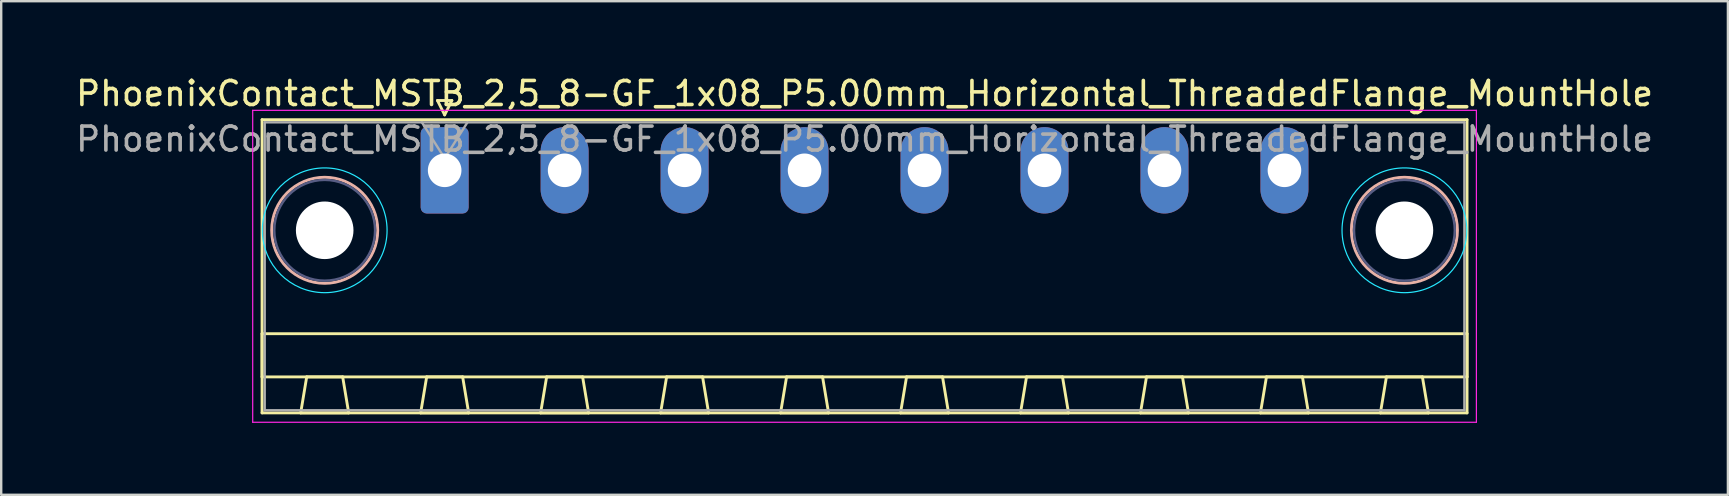
<source format=kicad_pcb>
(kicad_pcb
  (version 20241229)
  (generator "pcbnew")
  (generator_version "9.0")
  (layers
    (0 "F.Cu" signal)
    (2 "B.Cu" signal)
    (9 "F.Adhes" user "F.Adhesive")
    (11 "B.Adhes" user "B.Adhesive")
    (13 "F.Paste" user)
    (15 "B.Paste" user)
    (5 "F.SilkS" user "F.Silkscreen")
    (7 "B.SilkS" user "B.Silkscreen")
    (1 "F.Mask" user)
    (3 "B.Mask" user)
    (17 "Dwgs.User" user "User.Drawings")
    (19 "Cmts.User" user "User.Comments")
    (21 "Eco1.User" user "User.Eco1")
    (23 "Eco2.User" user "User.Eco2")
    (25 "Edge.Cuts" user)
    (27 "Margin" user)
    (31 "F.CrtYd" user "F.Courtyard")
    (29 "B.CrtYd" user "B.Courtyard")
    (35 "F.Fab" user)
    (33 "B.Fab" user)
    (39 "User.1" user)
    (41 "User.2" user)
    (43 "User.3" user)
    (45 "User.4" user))
  (footprint "PhoenixContact_MSTB_2,5_8-GF_1x08_P5.00mm_Horizontal_ThreadedFlange_MountHole"
    (layer "F.Cu")
    (at 15.482 4.048)
    (property "Reference" "PhoenixContact_MSTB_2,5_8-GF_1x08_P5.00mm_Horizontal_ThreadedFlange_MountHole" (at 17.5 -3.2 0) (layer "F.SilkS") (effects (font (size 1 1) (thickness 0.15))))
    (attr through_hole)
    (fp_line (start -7.61 -2.11) (end -7.61 10.11) (stroke (width 0.12) (type solid)) (layer "F.SilkS"))
    (fp_line (start -7.61 6.81) (end 42.61 6.81) (stroke (width 0.12) (type solid)) (layer "F.SilkS"))
    (fp_line (start -7.61 8.61) (end -7.61 6.81) (stroke (width 0.12) (type solid)) (layer "F.SilkS"))
    (fp_line (start -7.61 10.11) (end 42.61 10.11) (stroke (width 0.12) (type solid)) (layer "F.SilkS"))
    (fp_line (start -6 10.11) (end -4 10.11) (stroke (width 0.12) (type solid)) (layer "F.SilkS"))
    (fp_line (start -5.75 8.61) (end -6 10.11) (stroke (width 0.12) (type solid)) (layer "F.SilkS"))
    (fp_line (start -4.25 8.61) (end -5.75 8.61) (stroke (width 0.12) (type solid)) (layer "F.SilkS"))
    (fp_line (start -4 10.11) (end -4.25 8.61) (stroke (width 0.12) (type solid)) (layer "F.SilkS"))
    (fp_line (start -1 10.11) (end 1 10.11) (stroke (width 0.12) (type solid)) (layer "F.SilkS"))
    (fp_line (start -0.75 8.61) (end -1 10.11) (stroke (width 0.12) (type solid)) (layer "F.SilkS"))
    (fp_line (start -0.3 -2.91) (end 0.3 -2.91) (stroke (width 0.12) (type solid)) (layer "F.SilkS"))
    (fp_line (start 0 -2.31) (end -0.3 -2.91) (stroke (width 0.12) (type solid)) (layer "F.SilkS"))
    (fp_line (start 0.3 -2.91) (end 0 -2.31) (stroke (width 0.12) (type solid)) (layer "F.SilkS"))
    (fp_line (start 0.75 8.61) (end -0.75 8.61) (stroke (width 0.12) (type solid)) (layer "F.SilkS"))
    (fp_line (start 1 10.11) (end 0.75 8.61) (stroke (width 0.12) (type solid)) (layer "F.SilkS"))
    (fp_line (start 4 10.11) (end 6 10.11) (stroke (width 0.12) (type solid)) (layer "F.SilkS"))
    (fp_line (start 4.25 8.61) (end 4 10.11) (stroke (width 0.12) (type solid)) (layer "F.SilkS"))
    (fp_line (start 5.75 8.61) (end 4.25 8.61) (stroke (width 0.12) (type solid)) (layer "F.SilkS"))
    (fp_line (start 6 10.11) (end 5.75 8.61) (stroke (width 0.12) (type solid)) (layer "F.SilkS"))
    (fp_line (start 9 10.11) (end 11 10.11) (stroke (width 0.12) (type solid)) (layer "F.SilkS"))
    (fp_line (start 9.25 8.61) (end 9 10.11) (stroke (width 0.12) (type solid)) (layer "F.SilkS"))
    (fp_line (start 10.75 8.61) (end 9.25 8.61) (stroke (width 0.12) (type solid)) (layer "F.SilkS"))
    (fp_line (start 11 10.11) (end 10.75 8.61) (stroke (width 0.12) (type solid)) (layer "F.SilkS"))
    (fp_line (start 14 10.11) (end 16 10.11) (stroke (width 0.12) (type solid)) (layer "F.SilkS"))
    (fp_line (start 14.25 8.61) (end 14 10.11) (stroke (width 0.12) (type solid)) (layer "F.SilkS"))
    (fp_line (start 15.75 8.61) (end 14.25 8.61) (stroke (width 0.12) (type solid)) (layer "F.SilkS"))
    (fp_line (start 16 10.11) (end 15.75 8.61) (stroke (width 0.12) (type solid)) (layer "F.SilkS"))
    (fp_line (start 19 10.11) (end 21 10.11) (stroke (width 0.12) (type solid)) (layer "F.SilkS"))
    (fp_line (start 19.25 8.61) (end 19 10.11) (stroke (width 0.12) (type solid)) (layer "F.SilkS"))
    (fp_line (start 20.75 8.61) (end 19.25 8.61) (stroke (width 0.12) (type solid)) (layer "F.SilkS"))
    (fp_line (start 21 10.11) (end 20.75 8.61) (stroke (width 0.12) (type solid)) (layer "F.SilkS"))
    (fp_line (start 24 10.11) (end 26 10.11) (stroke (width 0.12) (type solid)) (layer "F.SilkS"))
    (fp_line (start 24.25 8.61) (end 24 10.11) (stroke (width 0.12) (type solid)) (layer "F.SilkS"))
    (fp_line (start 25.75 8.61) (end 24.25 8.61) (stroke (width 0.12) (type solid)) (layer "F.SilkS"))
    (fp_line (start 26 10.11) (end 25.75 8.61) (stroke (width 0.12) (type solid)) (layer "F.SilkS"))
    (fp_line (start 29 10.11) (end 31 10.11) (stroke (width 0.12) (type solid)) (layer "F.SilkS"))
    (fp_line (start 29.25 8.61) (end 29 10.11) (stroke (width 0.12) (type solid)) (layer "F.SilkS"))
    (fp_line (start 30.75 8.61) (end 29.25 8.61) (stroke (width 0.12) (type solid)) (layer "F.SilkS"))
    (fp_line (start 31 10.11) (end 30.75 8.61) (stroke (width 0.12) (type solid)) (layer "F.SilkS"))
    (fp_line (start 34 10.11) (end 36 10.11) (stroke (width 0.12) (type solid)) (layer "F.SilkS"))
    (fp_line (start 34.25 8.61) (end 34 10.11) (stroke (width 0.12) (type solid)) (layer "F.SilkS"))
    (fp_line (start 35.75 8.61) (end 34.25 8.61) (stroke (width 0.12) (type solid)) (layer "F.SilkS"))
    (fp_line (start 36 10.11) (end 35.75 8.61) (stroke (width 0.12) (type solid)) (layer "F.SilkS"))
    (fp_line (start 39 10.11) (end 41 10.11) (stroke (width 0.12) (type solid)) (layer "F.SilkS"))
    (fp_line (start 39.25 8.61) (end 39 10.11) (stroke (width 0.12) (type solid)) (layer "F.SilkS"))
    (fp_line (start 40.75 8.61) (end 39.25 8.61) (stroke (width 0.12) (type solid)) (layer "F.SilkS"))
    (fp_line (start 41 10.11) (end 40.75 8.61) (stroke (width 0.12) (type solid)) (layer "F.SilkS"))
    (fp_line (start 42.61 -2.11) (end -7.61 -2.11) (stroke (width 0.12) (type solid)) (layer "F.SilkS"))
    (fp_line (start 42.61 6.81) (end 42.61 8.61) (stroke (width 0.12) (type solid)) (layer "F.SilkS"))
    (fp_line (start 42.61 8.61) (end -7.61 8.61) (stroke (width 0.12) (type solid)) (layer "F.SilkS"))
    (fp_line (start 42.61 10.11) (end 42.61 -2.11) (stroke (width 0.12) (type solid)) (layer "F.SilkS"))
    (fp_circle (center -5 2.5) (end -2.79 2.5) (stroke (width 0.12) (type solid)) (fill no) (layer "B.SilkS"))
    (fp_circle (center 40 2.5) (end 42.21 2.5) (stroke (width 0.12) (type solid)) (fill no) (layer "B.SilkS"))
    (fp_circle (center -5 2.5) (end -2.4 2.5) (stroke (width 0.05) (type solid)) (fill no) (layer "B.CrtYd"))
    (fp_circle (center 40 2.5) (end 42.6 2.5) (stroke (width 0.05) (type solid)) (fill no) (layer "B.CrtYd"))
    (fp_line (start -8 -2.5) (end -8 10.5) (stroke (width 0.05) (type solid)) (layer "F.CrtYd"))
    (fp_line (start -8 10.5) (end 43 10.5) (stroke (width 0.05) (type solid)) (layer "F.CrtYd"))
    (fp_line (start 43 -2.5) (end -8 -2.5) (stroke (width 0.05) (type solid)) (layer "F.CrtYd"))
    (fp_line (start 43 10.5) (end 43 -2.5) (stroke (width 0.05) (type solid)) (layer "F.CrtYd"))
    (fp_circle (center -5 2.5) (end -2.9 2.5) (stroke (width 0.1) (type solid)) (fill no) (layer "B.Fab"))
    (fp_circle (center 40 2.5) (end 42.1 2.5) (stroke (width 0.1) (type solid)) (fill no) (layer "B.Fab"))
    (fp_line (start -7.5 -2) (end -7.5 10) (stroke (width 0.1) (type solid)) (layer "F.Fab"))
    (fp_line (start -7.5 10) (end 42.5 10) (stroke (width 0.1) (type solid)) (layer "F.Fab"))
    (fp_line (start 0 -0.5) (end -0.95 -2) (stroke (width 0.1) (type solid)) (layer "F.Fab"))
    (fp_line (start 0.95 -2) (end 0 -0.5) (stroke (width 0.1) (type solid)) (layer "F.Fab"))
    (fp_line (start 42.5 -2) (end -7.5 -2) (stroke (width 0.1) (type solid)) (layer "F.Fab"))
    (fp_line (start 42.5 10) (end 42.5 -2) (stroke (width 0.1) (type solid)) (layer "F.Fab"))
    (fp_text user "${REFERENCE}" (at 17.5 -1.3 0) (layer "F.Fab") (effects (font (size 1 1) (thickness 0.15))))
    (pad "" np_thru_hole circle (at -5 2.5) (size 2.4 2.4) (drill 2.4) (layers "*.Cu" "*.Mask"))
    (pad "" np_thru_hole circle (at 40 2.5) (size 2.4 2.4) (drill 2.4) (layers "*.Cu" "*.Mask"))
    (pad "1" thru_hole roundrect (at 0 0) (size 2 3.6) (drill 1.4) (layers "*.Cu" "*.Mask") (roundrect_rratio 0.125))
    (pad "2" thru_hole oval (at 5 0) (size 2 3.6) (drill 1.4) (layers "*.Cu" "*.Mask"))
    (pad "3" thru_hole oval (at 10 0) (size 2 3.6) (drill 1.4) (layers "*.Cu" "*.Mask"))
    (pad "4" thru_hole oval (at 15 0) (size 2 3.6) (drill 1.4) (layers "*.Cu" "*.Mask"))
    (pad "5" thru_hole oval (at 20 0) (size 2 3.6) (drill 1.4) (layers "*.Cu" "*.Mask"))
    (pad "6" thru_hole oval (at 25 0) (size 2 3.6) (drill 1.4) (layers "*.Cu" "*.Mask"))
    (pad "7" thru_hole oval (at 30 0) (size 2 3.6) (drill 1.4) (layers "*.Cu" "*.Mask"))
    (pad "8" thru_hole oval (at 35 0) (size 2 3.6) (drill 1.4) (layers "*.Cu" "*.Mask")))
  (gr_rect
    (start -3 -3)
    (end 68.964 17.573)
    (stroke (width 0.1) (type default))
    (fill no)
    (layer "Edge.Cuts")))
</source>
